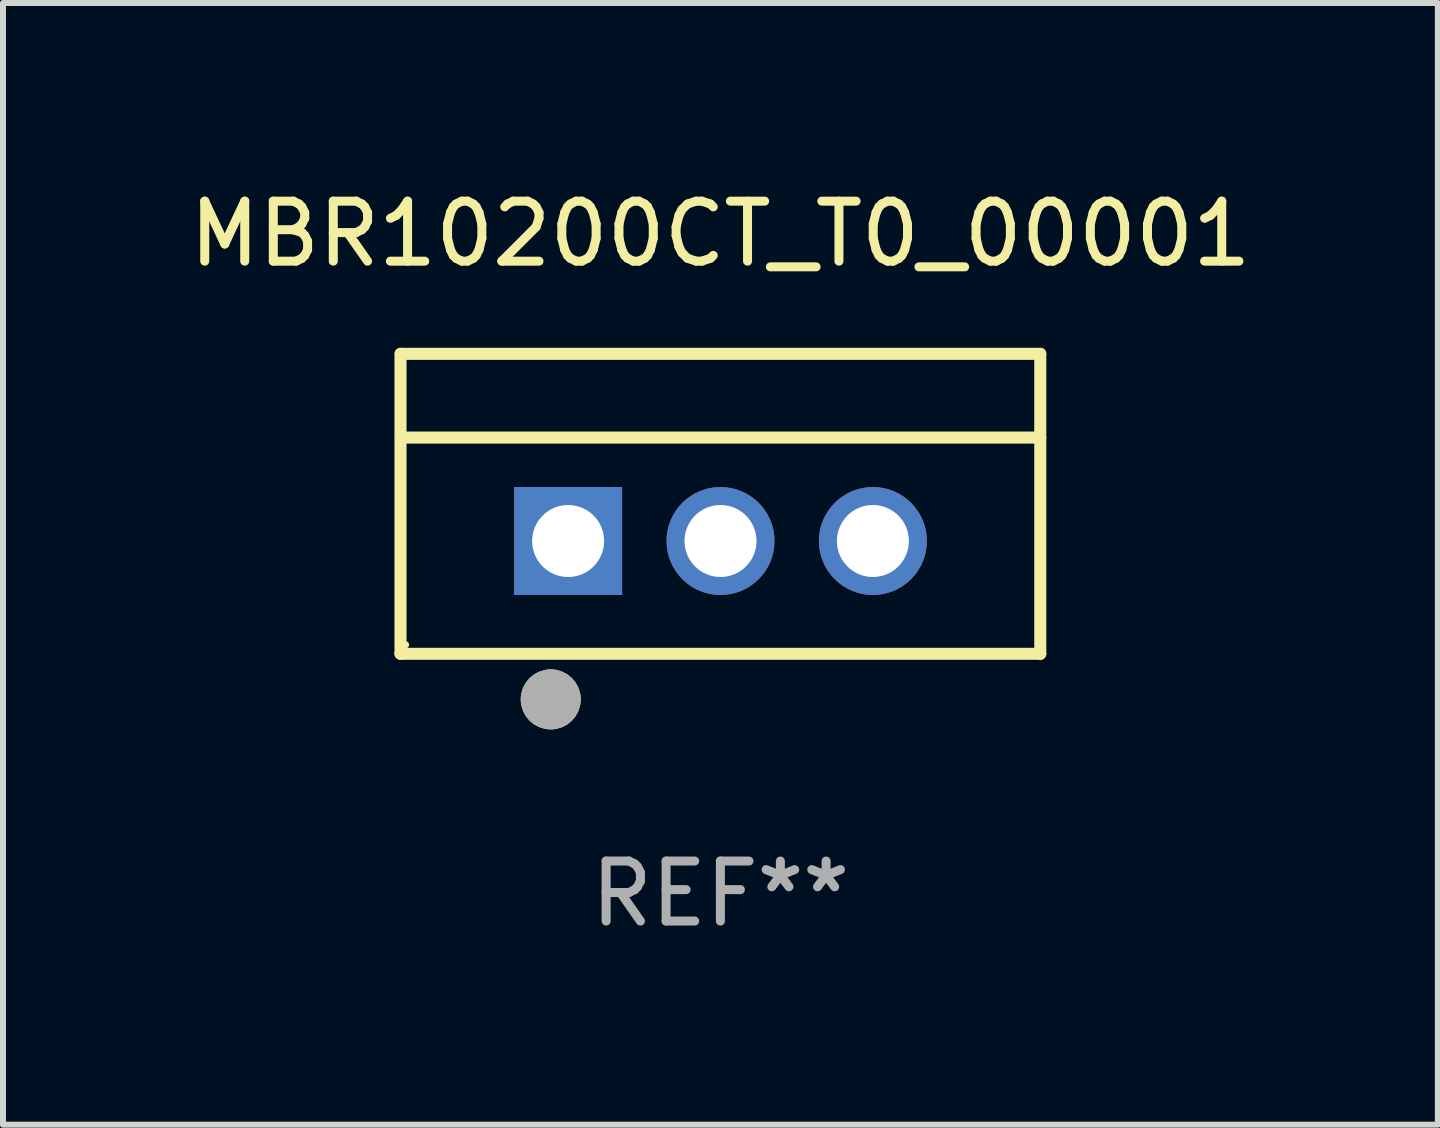
<source format=kicad_pcb>
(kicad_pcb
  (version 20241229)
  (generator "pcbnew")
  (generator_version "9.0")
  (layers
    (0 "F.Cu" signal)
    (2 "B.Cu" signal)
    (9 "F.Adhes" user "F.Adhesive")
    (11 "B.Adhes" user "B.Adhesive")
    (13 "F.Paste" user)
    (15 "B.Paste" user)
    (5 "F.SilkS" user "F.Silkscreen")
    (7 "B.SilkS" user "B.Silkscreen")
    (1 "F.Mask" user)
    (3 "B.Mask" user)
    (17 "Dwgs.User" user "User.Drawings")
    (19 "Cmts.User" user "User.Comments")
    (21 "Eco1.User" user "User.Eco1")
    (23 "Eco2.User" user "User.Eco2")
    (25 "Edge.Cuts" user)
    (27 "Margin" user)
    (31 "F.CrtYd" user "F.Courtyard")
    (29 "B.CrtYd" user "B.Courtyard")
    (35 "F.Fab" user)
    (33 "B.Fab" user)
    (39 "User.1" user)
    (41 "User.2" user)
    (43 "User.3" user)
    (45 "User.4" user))
  (footprint "MBR10200CT_T0_00001"
    (layer "F.Cu")
    (at 8.958 5.348)
    (property "Reference" "MBR10200CT_T0_00001" (at 0 -4.5 0) (layer "F.SilkS") (effects (font (size 1 1) (thickness 0.15))))
    (attr through_hole)
    (fp_line (start -5.332 2.5) (end -5.332 -2.5) (stroke (width 0.201) (type solid)) (layer "F.SilkS"))
    (fp_line (start -5.328 -2.5) (end 5.332 -2.5) (stroke (width 0.201) (type solid)) (layer "F.SilkS"))
    (fp_line (start -5.328 -1.104) (end 5.332 -1.104) (stroke (width 0.201) (type solid)) (layer "F.SilkS"))
    (fp_line (start 5.332 -2.5) (end 5.332 2.5) (stroke (width 0.201) (type solid)) (layer "F.SilkS"))
    (fp_line (start 5.332 2.5) (end -5.332 2.5) (stroke (width 0.201) (type solid)) (layer "F.SilkS"))
    (fp_circle (center -5.248 2.35) (end -5.218 2.35) (stroke (width 0.06) (type solid)) (fill no) (layer "F.SilkS"))
    (fp_circle (center -2.828 3.26) (end -2.578 3.26) (stroke (width 0.5) (type solid)) (fill no) (layer "F.SilkS"))
    (fp_circle (center -2.828 3.26) (end -2.578 3.26) (stroke (width 0.5) (type solid)) (fill no) (layer "F.Fab"))
    (fp_text user "REF**" (at 0 6.5 0) (layer "F.Fab") (effects (font (size 1 1) (thickness 0.15))))
    (pad "1" thru_hole rect (at -2.538 0.62) (size 1.8 1.8) (drill 1.2) (layers "*.Cu" "*.Mask"))
    (pad "2" thru_hole circle (at 0.002 0.62) (size 1.8 1.8) (drill 1.2) (layers "*.Cu" "*.Mask"))
    (pad "3" thru_hole circle (at 2.542 0.62) (size 1.8 1.8) (drill 1.2) (layers "*.Cu" "*.Mask")))
  (gr_rect
    (start -3 -3)
    (end 20.917 15.697)
    (stroke (width 0.1) (type default))
    (fill no)
    (layer "Edge.Cuts")))
</source>
